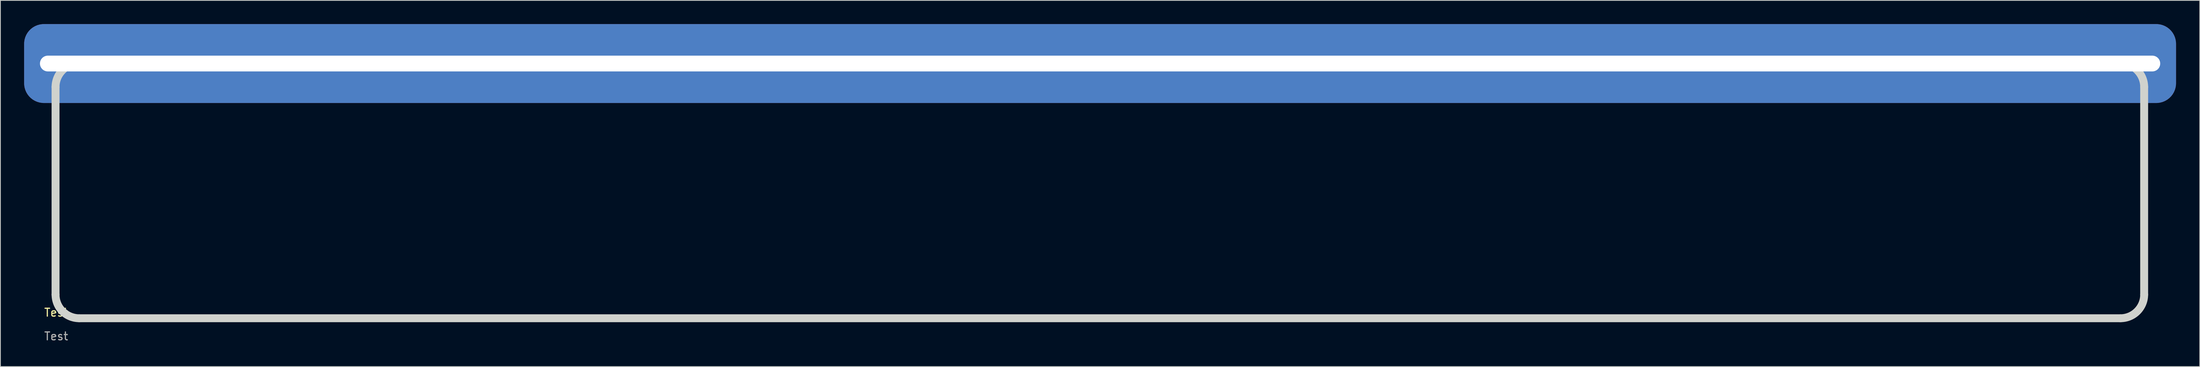
<source format=kicad_pcb>
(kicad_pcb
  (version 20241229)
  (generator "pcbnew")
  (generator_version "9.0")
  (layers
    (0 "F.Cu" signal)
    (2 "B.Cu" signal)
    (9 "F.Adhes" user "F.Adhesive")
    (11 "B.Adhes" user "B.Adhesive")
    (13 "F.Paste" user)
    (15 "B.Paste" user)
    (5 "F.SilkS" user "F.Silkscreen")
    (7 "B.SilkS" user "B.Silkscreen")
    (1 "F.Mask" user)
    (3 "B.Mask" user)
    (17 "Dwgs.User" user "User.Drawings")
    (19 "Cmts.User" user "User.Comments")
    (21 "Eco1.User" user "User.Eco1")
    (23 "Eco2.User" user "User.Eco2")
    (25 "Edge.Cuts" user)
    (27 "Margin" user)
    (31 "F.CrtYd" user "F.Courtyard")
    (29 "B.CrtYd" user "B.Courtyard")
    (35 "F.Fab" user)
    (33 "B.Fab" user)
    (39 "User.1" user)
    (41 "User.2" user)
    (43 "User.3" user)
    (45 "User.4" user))
  (footprint "Test"
    (layer "F.Cu")
    (at 4 37.3)
    (property "Reference" "Test" (at 0.05 -0.75 0) (unlocked yes) (layer "F.SilkS") (effects (font (size 1 1) (thickness 0.15))))
    (attr through_hole)
    (fp_line (start -0.029 -29.329) (end -0.029 -3.029) (stroke (width 1) (type solid)) (layer "Edge.Cuts"))
    (fp_line (start 2.971 -0.029) (end 260.971 -0.029) (stroke (width 1) (type solid)) (layer "Edge.Cuts"))
    (fp_line (start 260.971 -32.329) (end 2.971 -32.329) (stroke (width 1) (type solid)) (layer "Edge.Cuts"))
    (fp_line (start 263.971 -3.029) (end 263.971 -29.329) (stroke (width 1) (type solid)) (layer "Edge.Cuts"))
    (fp_arc (start -0.0287 -29.3287) (mid 0.84998 -31.45002) (end 2.9713 -32.3287) (stroke (width 1) (type solid)) (layer "Edge.Cuts"))
    (fp_arc (start 2.9713 -0.0287) (mid 0.84998 -0.90738) (end -0.0287 -3.0287) (stroke (width 1) (type solid)) (layer "Edge.Cuts"))
    (fp_arc (start 260.9713 -32.3287) (mid 263.09262 -31.45002) (end 263.9713 -29.3287) (stroke (width 1) (type solid)) (layer "Edge.Cuts"))
    (fp_arc (start 263.9713 -3.0287) (mid 263.09262 -0.90738) (end 260.9713 -0.0287) (stroke (width 1) (type solid)) (layer "Edge.Cuts"))
    (fp_text user "${REFERENCE}" (at 0.05 2.25 0) (unlocked yes) (layer "F.Fab") (effects (font (size 1 1) (thickness 0.15))))
    (pad "1" thru_hole roundrect (at 132 -32.3) (size 272 10) (drill oval 268 2) (layers "*.Cu" "*.Mask") (roundrect_rratio 0.25)))
  (gr_rect
    (start -3 -3)
    (end 275 43.398)
    (stroke (width 0.1) (type default))
    (fill no)
    (layer "Edge.Cuts")))
</source>
